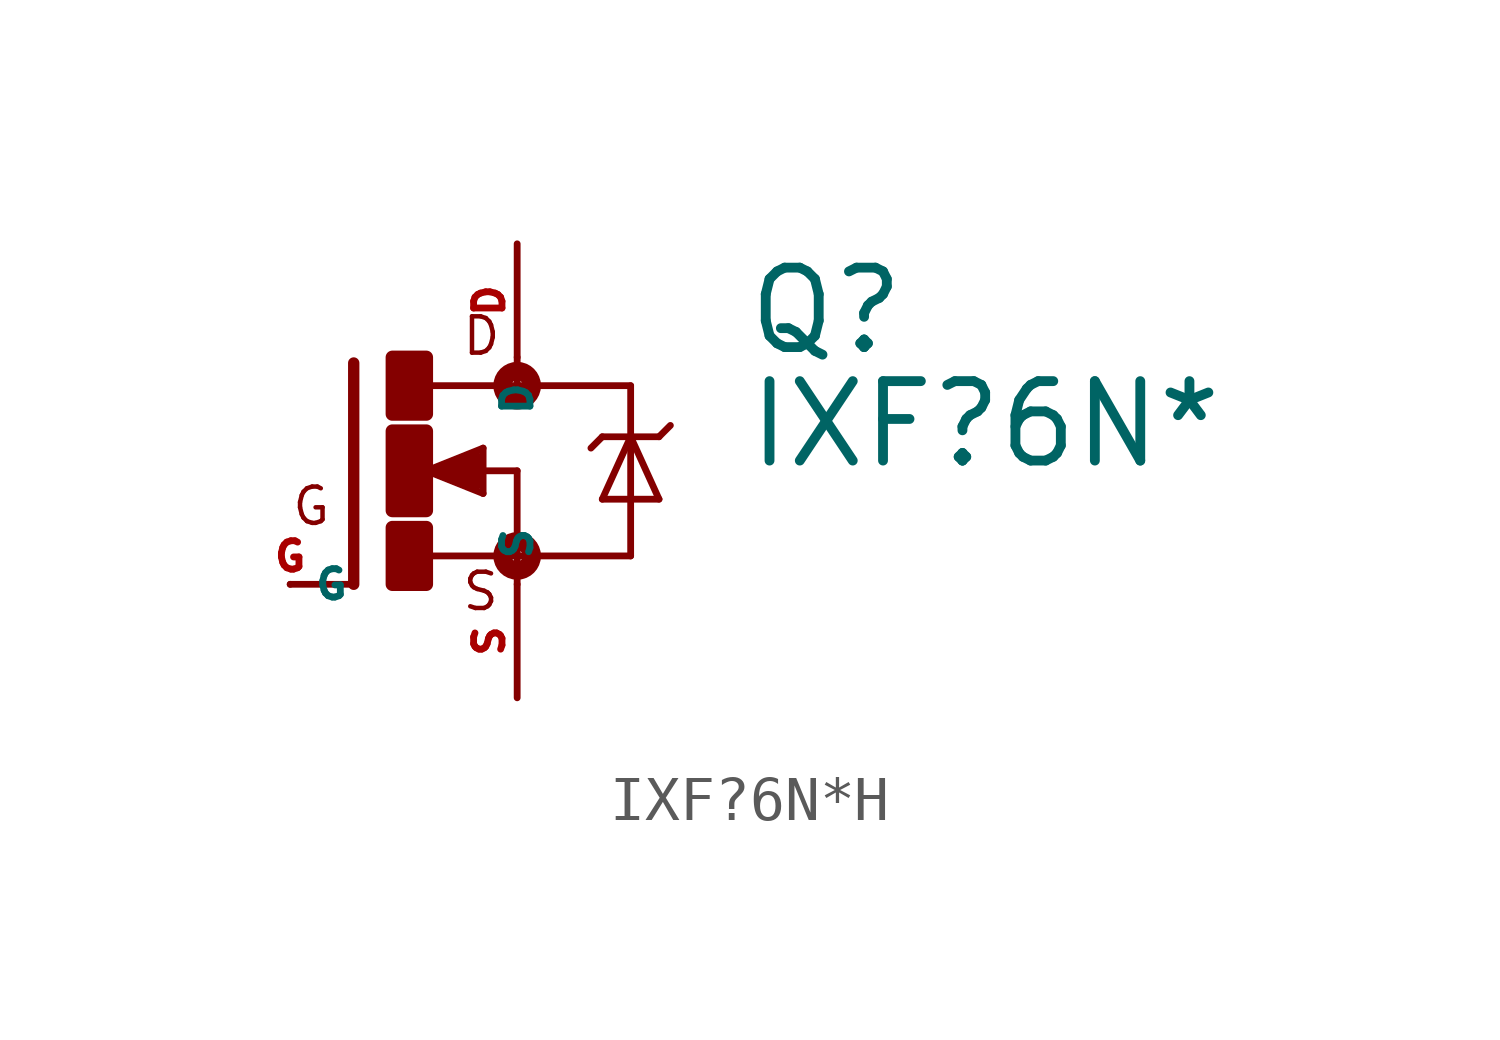
<source format=kicad_sym>
(kicad_symbol_lib
  (version 20220914)
  (generator Eagle2Kicad)
  (symbol "IXF?6N*H"
    (property "Reference" "Q"
      (at 7.62 2.54 0)
      (effects (font (size 1.778 1.778) (thickness 0.22)) (justify left bottom)))
    (property "Value" "IXF?6N*"
      (at 7.62 0 0)
      (effects (font (size 1.778 1.778) (thickness 0.22)) (justify left bottom)))
    (polyline
      (pts (xy -1.118 2.413) (xy -1.118 -2.54))
      (stroke (width 0.254) (type default))
      (fill (type none)))
    (polyline
      (pts (xy -1.118 -2.54) (xy -2.54 -2.54))
      (stroke (width 0.152) (type default))
      (fill (type none)))
    (polyline
      (pts (xy 2.54 1.905) (xy 0.533 1.905))
      (stroke (width 0.152) (type default))
      (fill (type none)))
    (polyline
      (pts (xy 2.54 0) (xy 2.54 -1.905))
      (stroke (width 0.152) (type default))
      (fill (type none)))
    (polyline
      (pts (xy 0.508 -1.905) (xy 2.54 -1.905))
      (stroke (width 0.152) (type default))
      (fill (type none)))
    (polyline
      (pts (xy 2.54 2.54) (xy 2.54 1.905))
      (stroke (width 0.152) (type default))
      (fill (type none)))
    (polyline
      (pts (xy 2.54 1.905) (xy 5.08 1.905))
      (stroke (width 0.152) (type default))
      (fill (type none)))
    (polyline
      (pts (xy 5.08 1.905) (xy 5.08 0.762))
      (stroke (width 0.152) (type default))
      (fill (type none)))
    (polyline
      (pts (xy 5.08 0.762) (xy 5.08 -1.905))
      (stroke (width 0.152) (type default))
      (fill (type none)))
    (polyline
      (pts (xy 5.08 -1.905) (xy 2.54 -1.905))
      (stroke (width 0.152) (type default))
      (fill (type none)))
    (polyline
      (pts (xy 2.54 -1.905) (xy 2.54 -2.54))
      (stroke (width 0.152) (type default))
      (fill (type none)))
    (polyline
      (pts (xy 5.08 0.762) (xy 4.445 -0.635))
      (stroke (width 0.152) (type default))
      (fill (type none)))
    (polyline
      (pts (xy 4.445 -0.635) (xy 5.715 -0.635))
      (stroke (width 0.152) (type default))
      (fill (type none)))
    (polyline
      (pts (xy 5.715 -0.635) (xy 5.08 0.762))
      (stroke (width 0.152) (type default))
      (fill (type none)))
    (polyline
      (pts (xy 4.445 0.762) (xy 5.08 0.762))
      (stroke (width 0.152) (type default))
      (fill (type none)))
    (polyline
      (pts (xy 5.08 0.762) (xy 5.715 0.762))
      (stroke (width 0.152) (type default))
      (fill (type none)))
    (polyline
      (pts (xy 5.715 0.762) (xy 5.969 1.016))
      (stroke (width 0.152) (type default))
      (fill (type none)))
    (polyline
      (pts (xy 4.445 0.762) (xy 4.191 0.508))
      (stroke (width 0.152) (type default))
      (fill (type none)))
    (polyline
      (pts (xy 0.508 0) (xy 1.778 -0.508))
      (stroke (width 0.152) (type default))
      (fill (type none)))
    (polyline
      (pts (xy 1.778 -0.508) (xy 1.778 0.508))
      (stroke (width 0.152) (type default))
      (fill (type none)))
    (polyline
      (pts (xy 1.778 0.508) (xy 0.508 0))
      (stroke (width 0.152) (type default))
      (fill (type none)))
    (polyline
      (pts (xy 1.651 0) (xy 2.54 0))
      (stroke (width 0.152) (type default))
      (fill (type none)))
    (polyline
      (pts (xy 1.651 0.254) (xy 0.762 0))
      (stroke (width 0.305) (type default))
      (fill (type none)))
    (polyline
      (pts (xy 0.762 0) (xy 1.651 -0.254))
      (stroke (width 0.305) (type default))
      (fill (type none)))
    (polyline
      (pts (xy 1.651 -0.254) (xy 1.651 0))
      (stroke (width 0.305) (type default))
      (fill (type none)))
    (polyline
      (pts (xy 1.651 0) (xy 1.397 0))
      (stroke (width 0.305) (type default))
      (fill (type none)))
    (text "D"
      (at 1.27 2.54 0)
      (effects (font (size 0.813 0.813) (thickness 0.10)) (justify left bottom)))
    (text "S"
      (at 1.27 -3.175 0)
      (effects (font (size 0.813 0.813) (thickness 0.10)) (justify left bottom)))
    (text "G"
      (at -2.54 -1.27 0)
      (effects (font (size 0.813 0.813) (thickness 0.10)) (justify left bottom)))
    (circle
      (center 2.54 -1.905)
      (radius 0.127)
      (stroke (width 0.406) (type default))
      (fill (type none)))
    (circle
      (center 2.54 1.905)
      (radius 0.127)
      (stroke (width 0.406) (type default))
      (fill (type none)))
    (rectangle
      (start -0.254 -2.54)
      (end 0.508 -1.27)
      (stroke (width 0.3) (type default))
      (fill (type outline)))
    (rectangle
      (start -0.254 1.27)
      (end 0.508 2.54)
      (stroke (width 0.3) (type default))
      (fill (type outline)))
    (rectangle
      (start -0.254 -0.889)
      (end 0.508 0.889)
      (stroke (width 0.3) (type default))
      (fill (type outline)))
    (pin passive line
      (at -2.54 -2.54 0)
      (length 0)
      (name "G" (effects (font (size 0.635 0.635) (thickness 0.08)) (justify left bottom)))
      (number "G" (effects (font (size 0.635 0.635) (thickness 0.08)) (justify left bottom))))
    (pin passive line
      (at 2.54 5.08 270)
      (length 2.54)
      (name "D" (effects (font (size 0.635 0.635) (thickness 0.08)) (justify left bottom)))
      (number "D" (effects (font (size 0.635 0.635) (thickness 0.08)) (justify left bottom))))
    (pin passive line
      (at 2.54 -5.08 90)
      (length 2.54)
      (name "S" (effects (font (size 0.635 0.635) (thickness 0.08)) (justify left bottom)))
      (number "S" (effects (font (size 0.635 0.635) (thickness 0.08)) (justify left bottom))))))
</source>
